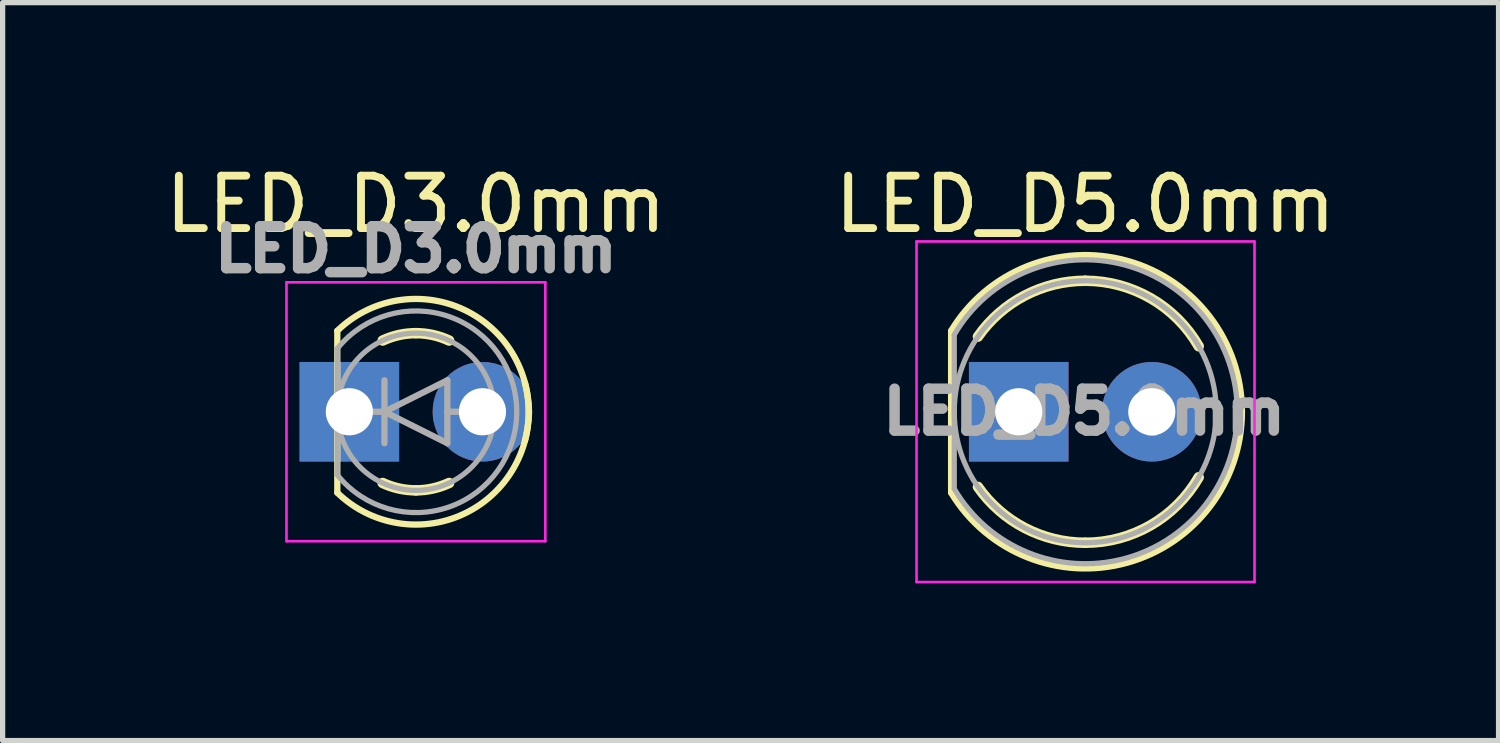
<source format=kicad_pcb>
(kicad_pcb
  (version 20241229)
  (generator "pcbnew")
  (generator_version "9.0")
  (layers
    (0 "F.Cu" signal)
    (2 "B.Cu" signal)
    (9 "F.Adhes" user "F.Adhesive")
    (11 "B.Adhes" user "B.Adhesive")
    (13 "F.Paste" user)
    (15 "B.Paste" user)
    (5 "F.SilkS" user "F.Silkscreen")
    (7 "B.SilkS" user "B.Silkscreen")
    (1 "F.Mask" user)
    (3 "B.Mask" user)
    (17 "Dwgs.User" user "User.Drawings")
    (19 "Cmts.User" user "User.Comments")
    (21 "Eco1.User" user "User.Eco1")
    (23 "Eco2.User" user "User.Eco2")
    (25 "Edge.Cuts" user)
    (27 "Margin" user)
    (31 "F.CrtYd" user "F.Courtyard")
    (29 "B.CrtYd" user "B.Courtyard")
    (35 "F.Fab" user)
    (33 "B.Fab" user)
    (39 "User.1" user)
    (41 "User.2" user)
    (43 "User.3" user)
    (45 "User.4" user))
  (footprint "LED_D3.0mm"
    (layer "F.Cu")
    (at 4.887 4.808)
    (property "Reference" "LED_D3.0mm" (at 0 -3.96 0) (layer "F.SilkS") (effects (font (size 1 1) (thickness 0.15))))
    (attr through_hole)
    (fp_line (start -1.5 -1.545) (end -1.5 1.545) (stroke (width 0.12) (type solid)) (layer "F.SilkS"))
    (fp_arc (start -1.5 -1.54483) (mid 1.086166 -1.859232) (end 2.082357 0.547987) (stroke (width 0.12) (type solid)) (layer "F.SilkS"))
    (fp_arc (start -0.633927 -1.359462) (mid -0.324659 -1.464444) (end 0 -1.5) (stroke (width 0.2) (type solid)) (layer "F.SilkS"))
    (fp_arc (start 0 -1.5) (mid 0.324659 -1.464444) (end 0.633927 -1.359462) (stroke (width 0.2) (type solid)) (layer "F.SilkS"))
    (fp_arc (start 0 1.5) (mid -0.324659 1.464444) (end -0.633927 1.359462) (stroke (width 0.2) (type solid)) (layer "F.SilkS"))
    (fp_arc (start 0.633927 1.359462) (mid 0.324659 1.464444) (end 0 1.5) (stroke (width 0.2) (type solid)) (layer "F.SilkS"))
    (fp_arc (start 2.082357 -0.547987) (mid 1.086166 1.859232) (end -1.5 1.54483) (stroke (width 0.12) (type solid)) (layer "F.SilkS"))
    (fp_line (start -2.47 -2.47) (end -2.47 2.47) (stroke (width 0.05) (type solid)) (layer "F.CrtYd"))
    (fp_line (start -2.47 2.47) (end 2.47 2.47) (stroke (width 0.05) (type solid)) (layer "F.CrtYd"))
    (fp_line (start 2.47 -2.47) (end -2.47 -2.47) (stroke (width 0.05) (type solid)) (layer "F.CrtYd"))
    (fp_line (start 2.47 2.47) (end 2.47 -2.47) (stroke (width 0.05) (type solid)) (layer "F.CrtYd"))
    (fp_line (start -1.5 -1.205) (end -1.5 1.205) (stroke (width 0.1) (type solid)) (layer "F.Fab"))
    (fp_line (start -0.6 0) (end -1 0) (stroke (width 0.12) (type solid)) (layer "F.Fab"))
    (fp_line (start -0.6 0) (end 0.6 0.6) (stroke (width 0.12) (type solid)) (layer "F.Fab"))
    (fp_line (start -0.6 0.6) (end -0.6 -0.6) (stroke (width 0.12) (type solid)) (layer "F.Fab"))
    (fp_line (start 0.6 -0.6) (end -0.6 0) (stroke (width 0.12) (type solid)) (layer "F.Fab"))
    (fp_line (start 0.6 0) (end 1 0) (stroke (width 0.12) (type solid)) (layer "F.Fab"))
    (fp_line (start 0.6 0.6) (end 0.6 -0.6) (stroke (width 0.12) (type solid)) (layer "F.Fab"))
    (fp_arc (start -1.5 -1.205) (mid 1.924065 0) (end -1.5 1.205) (stroke (width 0.1) (type solid)) (layer "F.Fab"))
    (fp_circle (center 0 0) (end 1.5 0) (stroke (width 0.1) (type solid)) (fill no) (layer "F.Fab"))
    (fp_text user "${REFERENCE}" (at 0 -3.1 0) (layer "F.Fab") (effects (font (size 0.8 0.8) (thickness 0.2))))
    (pad "1" thru_hole rect (at -1.27 0) (size 1.9 1.9) (drill 0.9) (layers "*.Cu" "*.Mask"))
    (pad "2" thru_hole circle (at 1.27 0) (size 1.9 1.9) (drill 0.9) (layers "*.Cu" "*.Mask")))
  (footprint "LED_D5.0mm"
    (layer "F.Cu")
    (at 17.661 4.808)
    (property "Reference" "LED_D5.0mm" (at 0 -3.96 0) (layer "F.SilkS") (effects (font (size 1 1) (thickness 0.15))))
    (attr through_hole)
    (fp_line (start -2.56 -1.545) (end -2.56 1.545) (stroke (width 0.12) (type solid)) (layer "F.SilkS"))
    (fp_arc (start -2.56 -1.54483) (mid 0.802002 -2.880433) (end 2.99 0.000462) (stroke (width 0.12) (type solid)) (layer "F.SilkS"))
    (fp_arc (start -2.04788 -1.433941) (mid -1.154371 -2.217527) (end 0 -2.5) (stroke (width 0.2) (type solid)) (layer "F.SilkS"))
    (fp_arc (start 0 -2.5) (mid 1.25 -2.165063) (end 2.165064 -1.25) (stroke (width 0.2) (type solid)) (layer "F.SilkS"))
    (fp_arc (start 0 2.5) (mid -1.154372 2.217527) (end -2.04788 1.433941) (stroke (width 0.2) (type solid)) (layer "F.SilkS"))
    (fp_arc (start 2.165064 1.25) (mid 1.25 2.165064) (end 0 2.5) (stroke (width 0.2) (type solid)) (layer "F.SilkS"))
    (fp_arc (start 2.99 -0.000462) (mid 0.802002 2.880433) (end -2.56 1.54483) (stroke (width 0.12) (type solid)) (layer "F.SilkS"))
    (fp_line (start -3.22 -3.25) (end -3.22 3.25) (stroke (width 0.05) (type solid)) (layer "F.CrtYd"))
    (fp_line (start -3.22 3.25) (end 3.23 3.25) (stroke (width 0.05) (type solid)) (layer "F.CrtYd"))
    (fp_line (start 3.23 -3.25) (end -3.22 -3.25) (stroke (width 0.05) (type solid)) (layer "F.CrtYd"))
    (fp_line (start 3.23 3.25) (end 3.23 -3.25) (stroke (width 0.05) (type solid)) (layer "F.CrtYd"))
    (fp_line (start -2.5 -1.47) (end -2.5 1.47) (stroke (width 0.1) (type solid)) (layer "F.Fab"))
    (fp_arc (start -2.5 -1.469694) (mid 2.9 0.000016) (end -2.500016 1.469666) (stroke (width 0.1) (type solid)) (layer "F.Fab"))
    (fp_circle (center 0 0) (end 2.5 0) (stroke (width 0.1) (type solid)) (fill no) (layer "F.Fab"))
    (fp_text user "${REFERENCE}" (at -0.02 0 0) (layer "F.Fab") (effects (font (size 0.8 0.8) (thickness 0.2))))
    (pad "1" thru_hole rect (at -1.27 0) (size 1.9 1.9) (drill 0.9) (layers "*.Cu" "*.Mask"))
    (pad "2" thru_hole circle (at 1.27 0) (size 1.9 1.9) (drill 0.9) (layers "*.Cu" "*.Mask")))
  (gr_rect
    (start -3 -3)
    (end 25.548 11.083)
    (stroke (width 0.1) (type default))
    (fill no)
    (layer "Edge.Cuts")))
</source>
